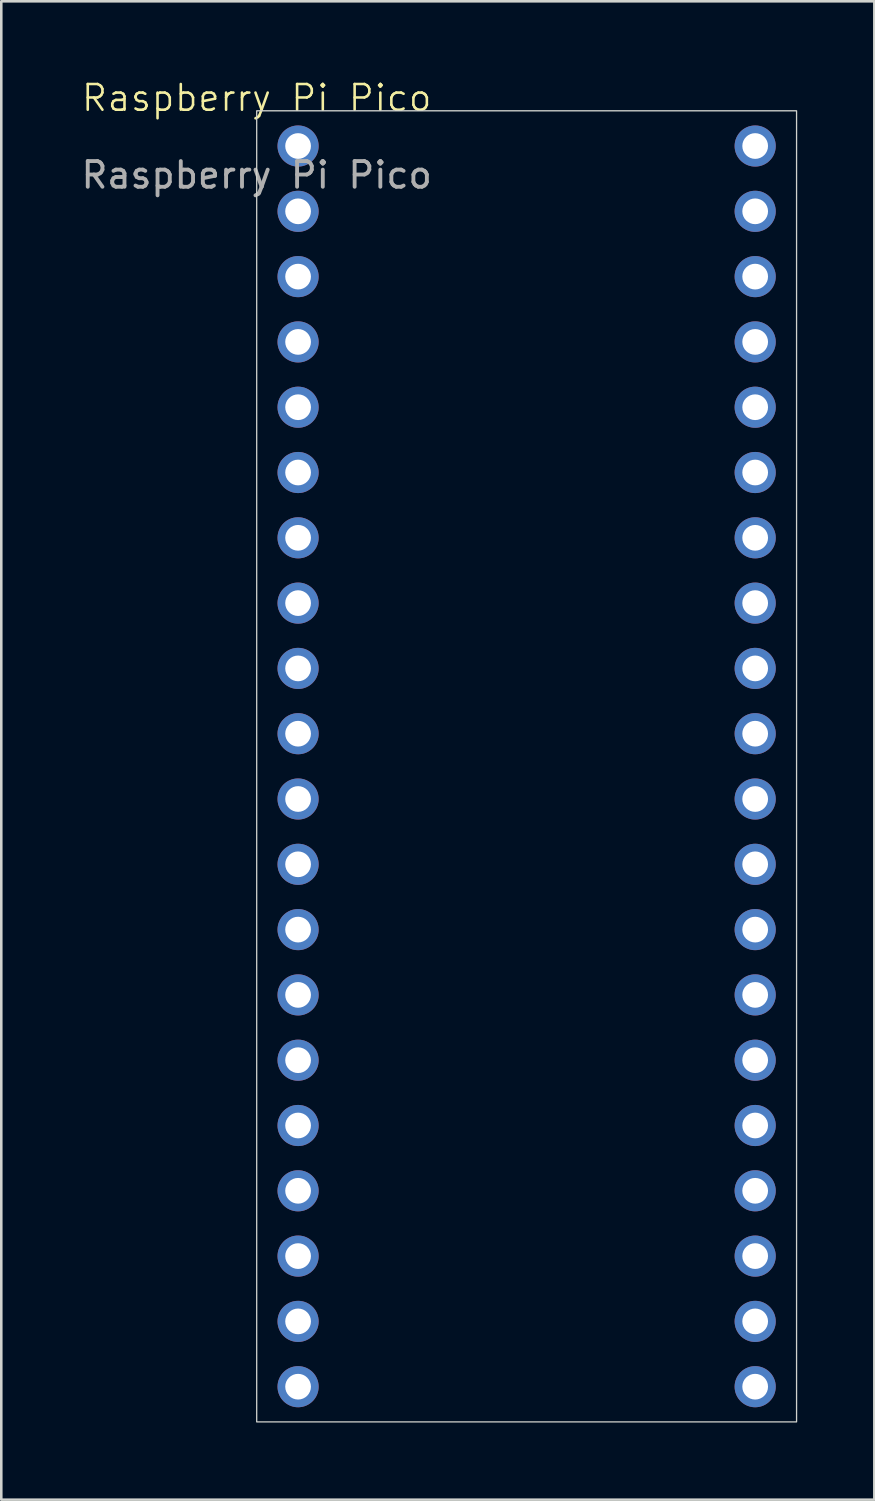
<source format=kicad_pcb>
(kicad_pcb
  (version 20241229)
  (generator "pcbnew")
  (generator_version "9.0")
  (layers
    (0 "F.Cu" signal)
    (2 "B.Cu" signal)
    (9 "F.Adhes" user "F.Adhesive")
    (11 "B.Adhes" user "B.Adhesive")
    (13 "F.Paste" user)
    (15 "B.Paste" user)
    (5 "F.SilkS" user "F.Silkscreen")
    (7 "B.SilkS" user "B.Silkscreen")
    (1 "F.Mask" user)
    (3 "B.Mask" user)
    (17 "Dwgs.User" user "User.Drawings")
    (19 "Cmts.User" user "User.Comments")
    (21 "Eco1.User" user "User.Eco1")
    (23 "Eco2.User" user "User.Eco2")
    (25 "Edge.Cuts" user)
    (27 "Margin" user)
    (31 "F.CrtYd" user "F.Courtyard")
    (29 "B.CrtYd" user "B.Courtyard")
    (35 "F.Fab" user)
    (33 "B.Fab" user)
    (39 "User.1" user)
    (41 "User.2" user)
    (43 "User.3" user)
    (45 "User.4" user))
  (footprint "Raspberry Pi Pico"
    (layer "F.Cu")
    (at 6.935 1.26)
    (property "Reference" "Raspberry Pi Pico" (at 0 -0.5 0) (unlocked yes) (layer "F.SilkS") (effects (font (size 1 1) (thickness 0.1))))
    (attr through_hole)
    (fp_rect (start 0 0) (end 21 51) (stroke (width 0.05) (type default)) (fill no) (layer "Edge.Cuts"))
    (fp_text user "${REFERENCE}" (at 0 2.5 0) (unlocked yes) (layer "F.Fab") (effects (font (size 1 1) (thickness 0.15))))
    (pad "1" thru_hole circle (at 1.61 1.37) (size 1.6 1.6) (drill 1) (layers "*.Cu" "*.Mask"))
    (pad "2" thru_hole circle (at 1.61 3.91) (size 1.6 1.6) (drill 1) (layers "*.Cu" "*.Mask"))
    (pad "3" thru_hole circle (at 1.61 6.45) (size 1.6 1.6) (drill 1) (layers "*.Cu" "*.Mask"))
    (pad "4" thru_hole circle (at 1.61 8.99) (size 1.6 1.6) (drill 1) (layers "*.Cu" "*.Mask"))
    (pad "5" thru_hole circle (at 1.61 11.53) (size 1.6 1.6) (drill 1) (layers "*.Cu" "*.Mask"))
    (pad "6" thru_hole circle (at 1.61 14.07) (size 1.6 1.6) (drill 1) (layers "*.Cu" "*.Mask"))
    (pad "7" thru_hole circle (at 1.61 16.61) (size 1.6 1.6) (drill 1) (layers "*.Cu" "*.Mask"))
    (pad "8" thru_hole circle (at 1.61 19.15) (size 1.6 1.6) (drill 1) (layers "*.Cu" "*.Mask"))
    (pad "9" thru_hole circle (at 1.61 21.69) (size 1.6 1.6) (drill 1) (layers "*.Cu" "*.Mask"))
    (pad "10" thru_hole circle (at 1.61 24.23) (size 1.6 1.6) (drill 1) (layers "*.Cu" "*.Mask"))
    (pad "11" thru_hole circle (at 1.61 26.77) (size 1.6 1.6) (drill 1) (layers "*.Cu" "*.Mask"))
    (pad "12" thru_hole circle (at 1.61 29.31) (size 1.6 1.6) (drill 1) (layers "*.Cu" "*.Mask"))
    (pad "13" thru_hole circle (at 1.61 31.85) (size 1.6 1.6) (drill 1) (layers "*.Cu" "*.Mask"))
    (pad "14" thru_hole circle (at 1.61 34.39) (size 1.6 1.6) (drill 1) (layers "*.Cu" "*.Mask"))
    (pad "15" thru_hole circle (at 1.61 36.93) (size 1.6 1.6) (drill 1) (layers "*.Cu" "*.Mask"))
    (pad "16" thru_hole circle (at 1.61 39.47) (size 1.6 1.6) (drill 1) (layers "*.Cu" "*.Mask"))
    (pad "17" thru_hole circle (at 1.61 42.01) (size 1.6 1.6) (drill 1) (layers "*.Cu" "*.Mask"))
    (pad "18" thru_hole circle (at 1.61 44.55) (size 1.6 1.6) (drill 1) (layers "*.Cu" "*.Mask"))
    (pad "19" thru_hole circle (at 1.61 47.09) (size 1.6 1.6) (drill 1) (layers "*.Cu" "*.Mask"))
    (pad "20" thru_hole circle (at 1.61 49.63) (size 1.6 1.6) (drill 1) (layers "*.Cu" "*.Mask"))
    (pad "21" thru_hole circle (at 19.39 49.63) (size 1.6 1.6) (drill 1) (layers "*.Cu" "*.Mask"))
    (pad "22" thru_hole circle (at 19.39 47.09) (size 1.6 1.6) (drill 1) (layers "*.Cu" "*.Mask"))
    (pad "23" thru_hole circle (at 19.39 44.55) (size 1.6 1.6) (drill 1) (layers "*.Cu" "*.Mask"))
    (pad "24" thru_hole circle (at 19.39 42.01) (size 1.6 1.6) (drill 1) (layers "*.Cu" "*.Mask"))
    (pad "25" thru_hole circle (at 19.39 39.47) (size 1.6 1.6) (drill 1) (layers "*.Cu" "*.Mask"))
    (pad "26" thru_hole circle (at 19.39 36.93) (size 1.6 1.6) (drill 1) (layers "*.Cu" "*.Mask"))
    (pad "27" thru_hole circle (at 19.39 34.39) (size 1.6 1.6) (drill 1) (layers "*.Cu" "*.Mask"))
    (pad "28" thru_hole circle (at 19.39 31.85) (size 1.6 1.6) (drill 1) (layers "*.Cu" "*.Mask"))
    (pad "29" thru_hole circle (at 19.39 29.31) (size 1.6 1.6) (drill 1) (layers "*.Cu" "*.Mask"))
    (pad "30" thru_hole circle (at 19.39 26.77) (size 1.6 1.6) (drill 1) (layers "*.Cu" "*.Mask"))
    (pad "31" thru_hole circle (at 19.39 24.23) (size 1.6 1.6) (drill 1) (layers "*.Cu" "*.Mask"))
    (pad "32" thru_hole circle (at 19.39 21.69) (size 1.6 1.6) (drill 1) (layers "*.Cu" "*.Mask"))
    (pad "33" thru_hole circle (at 19.39 19.15) (size 1.6 1.6) (drill 1) (layers "*.Cu" "*.Mask"))
    (pad "34" thru_hole circle (at 19.39 16.61) (size 1.6 1.6) (drill 1) (layers "*.Cu" "*.Mask"))
    (pad "35" thru_hole circle (at 19.39 14.07) (size 1.6 1.6) (drill 1) (layers "*.Cu" "*.Mask"))
    (pad "36" thru_hole circle (at 19.39 11.53) (size 1.6 1.6) (drill 1) (layers "*.Cu" "*.Mask"))
    (pad "37" thru_hole circle (at 19.39 8.99) (size 1.6 1.6) (drill 1) (layers "*.Cu" "*.Mask"))
    (pad "38" thru_hole circle (at 19.39 6.45) (size 1.6 1.6) (drill 1) (layers "*.Cu" "*.Mask"))
    (pad "39" thru_hole circle (at 19.39 3.91) (size 1.6 1.6) (drill 1) (layers "*.Cu" "*.Mask"))
    (pad "40" thru_hole circle (at 19.39 1.37) (size 1.6 1.6) (drill 1) (layers "*.Cu" "*.Mask")))
  (gr_rect
    (start -3 -3)
    (end 30.96 55.285)
    (stroke (width 0.1) (type default))
    (fill no)
    (layer "Edge.Cuts")))
</source>
